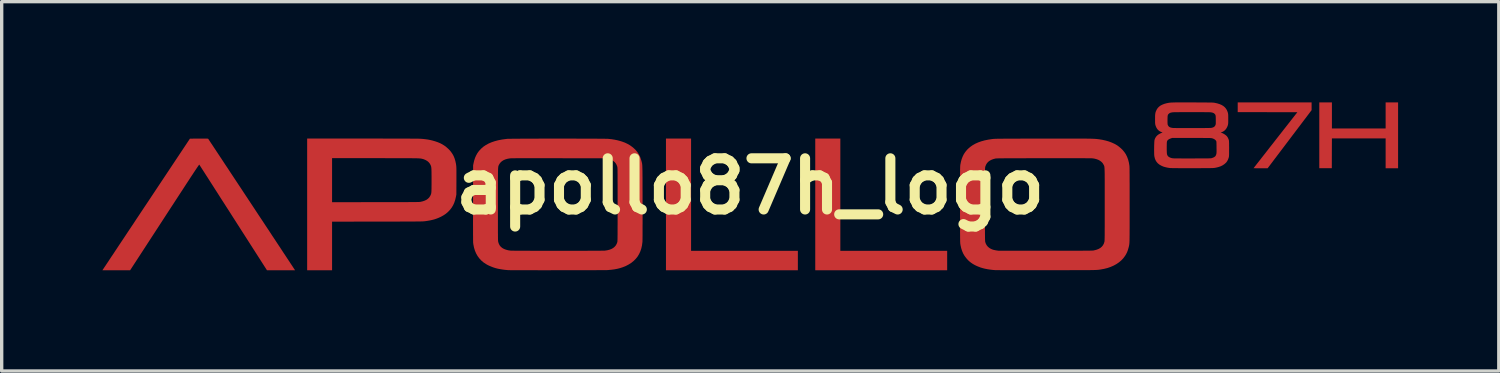
<source format=kicad_pcb>
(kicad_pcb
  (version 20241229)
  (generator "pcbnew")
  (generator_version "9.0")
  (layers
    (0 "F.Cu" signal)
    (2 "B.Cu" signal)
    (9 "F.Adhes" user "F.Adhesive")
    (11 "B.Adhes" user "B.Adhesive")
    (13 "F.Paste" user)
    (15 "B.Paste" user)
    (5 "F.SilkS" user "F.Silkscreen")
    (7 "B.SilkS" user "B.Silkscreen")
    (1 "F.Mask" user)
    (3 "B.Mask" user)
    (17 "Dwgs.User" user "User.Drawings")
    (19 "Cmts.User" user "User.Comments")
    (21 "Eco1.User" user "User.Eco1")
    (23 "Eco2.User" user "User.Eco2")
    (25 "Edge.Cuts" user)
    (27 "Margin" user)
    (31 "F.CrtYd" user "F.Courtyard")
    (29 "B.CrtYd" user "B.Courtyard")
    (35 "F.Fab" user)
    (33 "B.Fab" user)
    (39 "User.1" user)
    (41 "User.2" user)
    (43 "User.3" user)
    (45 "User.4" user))
  (footprint "apollo87h_logo"
    (layer "F.Cu")
    (at 19.297 2.5)
    (property "Reference" "apollo87h_logo" (at 0 0 0) (layer "F.SilkS") (effects (font (size 1.524 1.524) (thickness 0.3))))
    (attr through_hole)
    (pad "1" smd custom (at -16.4 -1) (size 0.5 0.5) (layers "F.Cu" "F.Mask") (options (anchor circle)) (primitives (gr_poly (pts (xy 0.163 -0.422) (xy 0.19 -0.422) (xy 0.211 -0.421) (xy 0.227 -0.421) (xy 0.238 -0.42) (xy 0.246 -0.419) (xy 0.251 -0.417) (xy 0.254 -0.416) (xy 0.255 -0.414) (xy 0.258 -0.41) (xy 0.267 -0.397) (xy 0.281 -0.376) (xy 0.299 -0.348) (xy 0.322 -0.313) (xy 0.35 -0.271) (xy 0.383 -0.222) (xy 0.419 -0.167) (xy 0.459 -0.107) (xy 0.503 -0.04) (xy 0.55 0.031) (xy 0.601 0.108) (xy 0.655 0.189) (xy 0.711 0.274) (xy 0.77 0.364) (xy 0.832 0.456) (xy 0.895 0.553) (xy 0.961 0.652) (xy 1.028 0.754) (xy 1.097 0.858) (xy 1.167 0.964) (xy 1.239 1.072) (xy 1.311 1.182) (xy 1.384 1.292) (xy 1.457 1.403) (xy 1.531 1.514) (xy 1.605 1.626) (xy 1.678 1.737) (xy 1.751 1.848) (xy 1.824 1.958) (xy 1.896 2.066) (xy 1.966 2.173) (xy 2.036 2.278) (xy 2.104 2.381) (xy 2.17 2.482) (xy 2.235 2.579) (xy 2.297 2.674) (xy 2.357 2.765) (xy 2.415 2.852) (xy 2.469 2.935) (xy 2.521 3.014) (xy 2.57 3.087) (xy 2.615 3.156) (xy 2.657 3.219) (xy 2.695 3.277) (xy 2.729 3.328) (xy 2.759 3.373) (xy 2.784 3.412) (xy 2.805 3.443) (xy 2.82 3.467) (xy 2.831 3.483) (xy 2.833 3.486) (xy 2.842 3.5) (xy 2.424 3.5) (xy 2.005 3.5) (xy 1 1.931) (xy 0.927 1.816) (xy 0.854 1.702) (xy 0.783 1.592) (xy 0.714 1.484) (xy 0.646 1.379) (xy 0.581 1.277) (xy 0.519 1.179) (xy 0.458 1.085) (xy 0.401 0.995) (xy 0.346 0.91) (xy 0.295 0.83) (xy 0.247 0.754) (xy 0.202 0.685) (xy 0.161 0.621) (xy 0.124 0.563) (xy 0.091 0.512) (xy 0.062 0.467) (xy 0.038 0.429) (xy 0.018 0.399) (xy 0.004 0.376) (xy -0.006 0.361) (xy -0.011 0.354) (xy -0.011 0.353) (xy -0.012 0.353) (xy -0.014 0.355) (xy -0.017 0.358) (xy -0.022 0.364) (xy -0.028 0.372) (xy -0.035 0.383) (xy -0.045 0.396) (xy -0.056 0.413) (xy -0.07 0.433) (xy -0.086 0.456) (xy -0.104 0.484) (xy -0.125 0.515) (xy -0.149 0.551) (xy -0.176 0.591) (xy -0.205 0.637) (xy -0.239 0.687) (xy -0.275 0.742) (xy -0.315 0.804) (xy -0.359 0.871) (xy -0.407 0.944) (xy -0.458 1.023) (xy -0.514 1.109) (xy -0.575 1.202) (xy -0.64 1.302) (xy -0.71 1.409) (xy -0.784 1.523) (xy -0.864 1.645) (xy -0.949 1.776) (xy -1.039 1.914) (xy -1.044 1.922) (xy -2.071 3.5) (xy -2.484 3.5) (xy -2.897 3.5) (xy -2.883 3.479) (xy -2.879 3.473) (xy -2.87 3.459) (xy -2.855 3.438) (xy -2.836 3.408) (xy -2.811 3.372) (xy -2.782 3.328) (xy -2.748 3.277) (xy -2.71 3.22) (xy -2.668 3.156) (xy -2.622 3.086) (xy -2.571 3.011) (xy -2.518 2.93) (xy -2.46 2.843) (xy -2.4 2.752) (xy -2.336 2.656) (xy -2.269 2.556) (xy -2.2 2.452) (xy -2.128 2.343) (xy -2.053 2.231) (xy -1.976 2.116) (xy -1.898 1.997) (xy -1.817 1.876) (xy -1.735 1.752) (xy -1.651 1.626) (xy -1.579 1.518) (xy -0.29 -0.42) (xy -0.021 -0.422) (xy 0.038 -0.422) (xy 0.088 -0.422) (xy 0.13 -0.422)) (width 0) (fill yes))))
    (pad "1" smd custom (at -12.8 -1) (size 0.5 0.5) (layers "F.Cu" "F.Mask") (options (anchor circle)) (primitives (gr_poly (pts (xy 1.237 -0.423) (xy 1.389 -0.423) (xy 1.535 -0.423) (xy 1.676 -0.423) (xy 1.812 -0.423) (xy 1.941 -0.422) (xy 2.063 -0.422) (xy 2.179 -0.422) (xy 2.288 -0.422) (xy 2.39 -0.422) (xy 2.485 -0.421) (xy 2.571 -0.421) (xy 2.65 -0.421) (xy 2.721 -0.42) (xy 2.783 -0.42) (xy 2.836 -0.42) (xy 2.881 -0.419) (xy 2.915 -0.419) (xy 2.941 -0.418) (xy 2.956 -0.418) (xy 2.959 -0.418) (xy 3.046 -0.412) (xy 3.126 -0.403) (xy 3.2 -0.393) (xy 3.27 -0.379) (xy 3.33 -0.365) (xy 3.417 -0.34) (xy 3.495 -0.313) (xy 3.566 -0.283) (xy 3.631 -0.249) (xy 3.691 -0.211) (xy 3.748 -0.168) (xy 3.803 -0.119) (xy 3.823 -0.1) (xy 3.876 -0.041) (xy 3.922 0.023) (xy 3.961 0.091) (xy 3.992 0.165) (xy 4.016 0.246) (xy 4.035 0.333) (xy 4.041 0.379) (xy 4.043 0.392) (xy 4.044 0.406) (xy 4.045 0.423) (xy 4.046 0.441) (xy 4.047 0.463) (xy 4.047 0.49) (xy 4.048 0.521) (xy 4.048 0.558) (xy 4.048 0.601) (xy 4.048 0.651) (xy 4.048 0.709) (xy 4.048 0.776) (xy 4.048 0.845) (xy 4.046 1.246) (xy 4.032 1.316) (xy 4.011 1.405) (xy 3.984 1.486) (xy 3.951 1.56) (xy 3.911 1.628) (xy 3.864 1.691) (xy 3.835 1.723) (xy 3.784 1.774) (xy 3.731 1.818) (xy 3.674 1.857) (xy 3.609 1.894) (xy 3.574 1.912) (xy 3.515 1.939) (xy 3.456 1.962) (xy 3.397 1.982) (xy 3.334 1.999) (xy 3.266 2.014) (xy 3.193 2.027) (xy 3.11 2.039) (xy 3.098 2.04) (xy 3.091 2.041) (xy 3.082 2.042) (xy 3.072 2.043) (xy 3.06 2.043) (xy 3.046 2.044) (xy 3.029 2.045) (xy 3.01 2.045) (xy 2.987 2.046) (xy 2.96 2.046) (xy 2.93 2.047) (xy 2.895 2.047) (xy 2.855 2.047) (xy 2.811 2.048) (xy 2.76 2.048) (xy 2.704 2.048) (xy 2.642 2.049) (xy 2.572 2.049) (xy 2.496 2.049) (xy 2.413 2.049) (xy 2.321 2.05) (xy 2.222 2.05) (xy 2.113 2.05) (xy 1.996 2.05) (xy 1.87 2.05) (xy 1.734 2.05) (xy 1.687 2.051) (xy 0.344 2.052) (xy 0.344 3.5) (xy -0.398 3.5) (xy -0.398 1.473) (xy 0.344 1.473) (xy 1.639 1.471) (xy 1.774 1.471) (xy 1.9 1.471) (xy 2.017 1.471) (xy 2.125 1.471) (xy 2.224 1.471) (xy 2.314 1.47) (xy 2.397 1.47) (xy 2.473 1.47) (xy 2.541 1.47) (xy 2.602 1.47) (xy 2.657 1.469) (xy 2.707 1.469) (xy 2.75 1.469) (xy 2.788 1.469) (xy 2.822 1.468) (xy 2.851 1.468) (xy 2.876 1.467) (xy 2.897 1.467) (xy 2.915 1.466) (xy 2.93 1.466) (xy 2.943 1.465) (xy 2.953 1.464) (xy 2.962 1.464) (xy 2.969 1.463) (xy 2.975 1.462) (xy 2.981 1.461) (xy 2.982 1.461) (xy 3.049 1.445) (xy 3.108 1.424) (xy 3.159 1.399) (xy 3.201 1.368) (xy 3.236 1.333) (xy 3.264 1.291) (xy 3.271 1.278) (xy 3.278 1.265) (xy 3.283 1.253) (xy 3.288 1.241) (xy 3.292 1.228) (xy 3.296 1.214) (xy 3.299 1.199) (xy 3.301 1.18) (xy 3.303 1.158) (xy 3.304 1.131) (xy 3.305 1.099) (xy 3.306 1.061) (xy 3.306 1.016) (xy 3.307 0.964) (xy 3.307 0.903) (xy 3.307 0.833) (xy 3.307 0.818) (xy 3.307 0.746) (xy 3.307 0.683) (xy 3.306 0.628) (xy 3.306 0.581) (xy 3.305 0.542) (xy 3.304 0.508) (xy 3.303 0.48) (xy 3.301 0.457) (xy 3.299 0.437) (xy 3.297 0.42) (xy 3.293 0.406) (xy 3.289 0.393) (xy 3.285 0.381) (xy 3.279 0.368) (xy 3.273 0.355) (xy 3.273 0.355) (xy 3.248 0.313) (xy 3.214 0.275) (xy 3.173 0.242) (xy 3.125 0.215) (xy 3.073 0.193) (xy 3.053 0.187) (xy 3.043 0.185) (xy 3.034 0.182) (xy 3.026 0.18) (xy 3.017 0.178) (xy 3.008 0.176) (xy 2.998 0.174) (xy 2.987 0.172) (xy 2.974 0.171) (xy 2.959 0.17) (xy 2.942 0.168) (xy 2.922 0.167) (xy 2.899 0.166) (xy 2.873 0.165) (xy 2.843 0.165) (xy 2.808 0.164) (xy 2.768 0.164) (xy 2.724 0.163) (xy 2.674 0.163) (xy 2.618 0.162) (xy 2.556 0.162) (xy 2.487 0.162) (xy 2.412 0.162) (xy 2.329 0.162) (xy 2.238 0.162) (xy 2.139 0.162) (xy 2.031 0.162) (xy 1.915 0.161) (xy 1.653 0.161) (xy 1.628 0.161) (xy 0.344 0.161) (xy 0.344 1.473) (xy -0.398 1.473) (xy -0.398 -0.423)) (width 0) (fill yes))))
    (pad "1" smd custom (at -7.9 0.5) (size 0.5 0.5) (layers "F.Cu" "F.Mask") (options (anchor circle)) (primitives (gr_poly (pts (xy 2.266 -1.921) (xy 2.375 -1.921) (xy 2.483 -1.921) (xy 2.589 -1.921) (xy 2.693 -1.921) (xy 2.795 -1.92) (xy 2.893 -1.92) (xy 2.989 -1.92) (xy 3.08 -1.92) (xy 3.167 -1.919) (xy 3.248 -1.919) (xy 3.324 -1.919) (xy 3.395 -1.918) (xy 3.458 -1.918) (xy 3.515 -1.917) (xy 3.564 -1.917) (xy 3.604 -1.916) (xy 3.637 -1.915) (xy 3.66 -1.915) (xy 3.674 -1.914) (xy 3.674 -1.914) (xy 3.768 -1.904) (xy 3.855 -1.89) (xy 3.938 -1.873) (xy 4.018 -1.852) (xy 4.077 -1.834) (xy 4.165 -1.802) (xy 4.245 -1.764) (xy 4.318 -1.722) (xy 4.386 -1.673) (xy 4.427 -1.639) (xy 4.486 -1.582) (xy 4.537 -1.521) (xy 4.58 -1.455) (xy 4.616 -1.384) (xy 4.644 -1.306) (xy 4.657 -1.261) (xy 4.661 -1.248) (xy 4.664 -1.235) (xy 4.668 -1.224) (xy 4.67 -1.213) (xy 4.673 -1.202) (xy 4.675 -1.191) (xy 4.678 -1.179) (xy 4.679 -1.166) (xy 4.681 -1.151) (xy 4.683 -1.134) (xy 4.684 -1.114) (xy 4.685 -1.091) (xy 4.686 -1.065) (xy 4.687 -1.036) (xy 4.688 -1.001) (xy 4.689 -0.963) (xy 4.689 -0.919) (xy 4.69 -0.869) (xy 4.69 -0.814) (xy 4.691 -0.752) (xy 4.691 -0.683) (xy 4.691 -0.607) (xy 4.691 -0.524) (xy 4.691 -0.432) (xy 4.692 -0.332) (xy 4.692 -0.223) (xy 4.692 -0.104) (xy 4.692 -0.002) (xy 4.692 0.138) (xy 4.692 0.268) (xy 4.693 0.389) (xy 4.693 0.499) (xy 4.693 0.601) (xy 4.692 0.693) (xy 4.692 0.777) (xy 4.692 0.851) (xy 4.692 0.918) (xy 4.692 0.976) (xy 4.691 1.025) (xy 4.691 1.067) (xy 4.69 1.102) (xy 4.69 1.129) (xy 4.689 1.148) (xy 4.688 1.161) (xy 4.688 1.162) (xy 4.675 1.26) (xy 4.654 1.353) (xy 4.625 1.439) (xy 4.588 1.519) (xy 4.543 1.593) (xy 4.489 1.66) (xy 4.427 1.722) (xy 4.358 1.778) (xy 4.279 1.828) (xy 4.193 1.873) (xy 4.165 1.885) (xy 4.092 1.913) (xy 4.017 1.937) (xy 3.937 1.957) (xy 3.851 1.973) (xy 3.759 1.985) (xy 3.658 1.994) (xy 3.646 1.995) (xy 3.636 1.995) (xy 3.617 1.996) (xy 3.588 1.996) (xy 3.551 1.996) (xy 3.505 1.997) (xy 3.452 1.997) (xy 3.392 1.997) (xy 3.325 1.997) (xy 3.252 1.998) (xy 3.173 1.998) (xy 3.089 1.998) (xy 3.001 1.998) (xy 2.908 1.999) (xy 2.812 1.999) (xy 2.713 1.999) (xy 2.611 1.999) (xy 2.507 1.999) (xy 2.402 1.999) (xy 2.295 1.999) (xy 2.188 1.999) (xy 2.081 1.999) (xy 1.975 1.999) (xy 1.869 2) (xy 1.765 2) (xy 1.662 2) (xy 1.562 1.999) (xy 1.466 1.999) (xy 1.372 1.999) (xy 1.283 1.999) (xy 1.198 1.999) (xy 1.118 1.999) (xy 1.044 1.999) (xy 0.975 1.999) (xy 0.913 1.998) (xy 0.858 1.998) (xy 0.811 1.998) (xy 0.772 1.998) (xy 0.741 1.997) (xy 0.719 1.997) (xy 0.707 1.997) (xy 0.706 1.997) (xy 0.641 1.992) (xy 0.573 1.985) (xy 0.503 1.975) (xy 0.437 1.964) (xy 0.376 1.952) (xy 0.356 1.947) (xy 0.299 1.932) (xy 0.239 1.912) (xy 0.178 1.888) (xy 0.119 1.863) (xy 0.065 1.836) (xy 0.027 1.814) (xy -0.048 1.764) (xy -0.114 1.707) (xy -0.172 1.644) (xy -0.223 1.574) (xy -0.266 1.498) (xy -0.301 1.415) (xy -0.328 1.327) (xy -0.347 1.232) (xy -0.353 1.187) (xy -0.354 1.177) (xy -0.355 1.159) (xy -0.355 1.134) (xy -0.356 1.101) (xy -0.356 1.059) (xy -0.356 1.009) (xy -0.357 0.951) (xy -0.357 0.884) (xy -0.357 0.808) (xy -0.357 0.724) (xy -0.358 0.63) (xy -0.358 0.527) (xy -0.357 0.414) (xy -0.357 0.292) (xy -0.357 0.278) (xy 0.384 0.278) (xy 0.384 0.383) (xy 0.384 0.478) (xy 0.384 0.565) (xy 0.384 0.643) (xy 0.384 0.714) (xy 0.384 0.778) (xy 0.384 0.835) (xy 0.384 0.886) (xy 0.385 0.93) (xy 0.385 0.969) (xy 0.385 1.003) (xy 0.386 1.032) (xy 0.386 1.057) (xy 0.386 1.078) (xy 0.387 1.096) (xy 0.388 1.11) (xy 0.388 1.122) (xy 0.389 1.131) (xy 0.39 1.139) (xy 0.391 1.145) (xy 0.392 1.151) (xy 0.393 1.156) (xy 0.394 1.16) (xy 0.412 1.213) (xy 0.436 1.259) (xy 0.468 1.298) (xy 0.508 1.332) (xy 0.515 1.337) (xy 0.565 1.365) (xy 0.623 1.387) (xy 0.687 1.404) (xy 0.757 1.415) (xy 0.764 1.415) (xy 0.774 1.416) (xy 0.794 1.416) (xy 0.823 1.417) (xy 0.86 1.417) (xy 0.906 1.418) (xy 0.959 1.418) (xy 1.02 1.418) (xy 1.086 1.419) (xy 1.159 1.419) (xy 1.237 1.419) (xy 1.321 1.419) (xy 1.408 1.42) (xy 1.5 1.42) (xy 1.595 1.42) (xy 1.693 1.42) (xy 1.793 1.42) (xy 1.895 1.42) (xy 1.999 1.42) (xy 2.103 1.42) (xy 2.208 1.42) (xy 2.312 1.42) (xy 2.416 1.42) (xy 2.518 1.42) (xy 2.619 1.42) (xy 2.717 1.42) (xy 2.813 1.42) (xy 2.905 1.42) (xy 2.993 1.42) (xy 3.077 1.419) (xy 3.156 1.419) (xy 3.23 1.419) (xy 3.298 1.419) (xy 3.359 1.418) (xy 3.413 1.418) (xy 3.46 1.417) (xy 3.499 1.417) (xy 3.529 1.417) (xy 3.55 1.416) (xy 3.562 1.416) (xy 3.563 1.416) (xy 3.638 1.405) (xy 3.706 1.388) (xy 3.765 1.366) (xy 3.816 1.337) (xy 3.859 1.302) (xy 3.894 1.261) (xy 3.921 1.214) (xy 3.94 1.162) (xy 3.941 1.158) (xy 3.942 1.153) (xy 3.943 1.147) (xy 3.943 1.139) (xy 3.944 1.129) (xy 3.945 1.117) (xy 3.945 1.102) (xy 3.946 1.084) (xy 3.946 1.062) (xy 3.947 1.036) (xy 3.947 1.005) (xy 3.947 0.97) (xy 3.948 0.929) (xy 3.948 0.883) (xy 3.948 0.83) (xy 3.948 0.771) (xy 3.948 0.705) (xy 3.949 0.632) (xy 3.949 0.551) (xy 3.949 0.462) (xy 3.949 0.364) (xy 3.949 0.257) (xy 3.949 0.14) (xy 3.949 0.039) (xy 3.949 -0.085) (xy 3.949 -0.2) (xy 3.949 -0.305) (xy 3.949 -0.401) (xy 3.949 -0.489) (xy 3.949 -0.568) (xy 3.948 -0.64) (xy 3.948 -0.705) (xy 3.948 -0.762) (xy 3.948 -0.813) (xy 3.948 -0.859) (xy 3.947 -0.898) (xy 3.947 -0.933) (xy 3.947 -0.962) (xy 3.946 -0.987) (xy 3.946 -1.008) (xy 3.945 -1.026) (xy 3.945 -1.04) (xy 3.944 -1.052) (xy 3.943 -1.061) (xy 3.942 -1.069) (xy 3.942 -1.075) (xy 3.941 -1.08) (xy 3.94 -1.084) (xy 3.939 -1.084) (xy 3.92 -1.137) (xy 3.894 -1.183) (xy 3.861 -1.222) (xy 3.819 -1.256) (xy 3.77 -1.285) (xy 3.712 -1.308) (xy 3.653 -1.324) (xy 3.603 -1.336) (xy 2.198 -1.337) (xy 2.045 -1.338) (xy 1.902 -1.338) (xy 1.769 -1.338) (xy 1.645 -1.338) (xy 1.53 -1.338) (xy 1.425 -1.338) (xy 1.327 -1.338) (xy 1.239 -1.338) (xy 1.158 -1.338) (xy 1.086 -1.337) (xy 1.021 -1.337) (xy 0.964 -1.337) (xy 0.913 -1.337) (xy 0.87 -1.336) (xy 0.834 -1.336) (xy 0.804 -1.335) (xy 0.78 -1.335) (xy 0.762 -1.334) (xy 0.75 -1.334) (xy 0.744 -1.333) (xy 0.672 -1.321) (xy 0.608 -1.303) (xy 0.552 -1.279) (xy 0.504 -1.249) (xy 0.464 -1.213) (xy 0.432 -1.172) (xy 0.419 -1.148) (xy 0.415 -1.141) (xy 0.411 -1.134) (xy 0.408 -1.127) (xy 0.405 -1.121) (xy 0.402 -1.114) (xy 0.4 -1.106) (xy 0.397 -1.098) (xy 0.395 -1.087) (xy 0.393 -1.075) (xy 0.392 -1.06) (xy 0.39 -1.042) (xy 0.389 -1.021) (xy 0.388 -0.996) (xy 0.387 -0.967) (xy 0.386 -0.933) (xy 0.386 -0.895) (xy 0.385 -0.851) (xy 0.385 -0.801) (xy 0.384 -0.745) (xy 0.384 -0.683) (xy 0.384 -0.613) (xy 0.384 -0.536) (xy 0.384 -0.452) (xy 0.384 -0.359) (xy 0.384 -0.257) (xy 0.384 -0.146) (xy 0.384 -0.025) (xy 0.384 0.042) (xy 0.384 0.165) (xy 0.384 0.278) (xy -0.357 0.278) (xy -0.357 0.16) (xy -0.357 0.018) (xy -0.357 0.008) (xy -0.355 -1.123) (xy -0.344 -1.178) (xy -0.324 -1.265) (xy -0.299 -1.343) (xy -0.268 -1.415) (xy -0.231 -1.482) (xy -0.187 -1.544) (xy -0.175 -1.559) (xy -0.117 -1.621) (xy -0.052 -1.678) (xy 0.022 -1.728) (xy 0.103 -1.773) (xy 0.193 -1.812) (xy 0.29 -1.845) (xy 0.396 -1.873) (xy 0.511 -1.895) (xy 0.633 -1.911) (xy 0.656 -1.914) (xy 0.668 -1.915) (xy 0.69 -1.915) (xy 0.721 -1.916) (xy 0.76 -1.916) (xy 0.808 -1.917) (xy 0.863 -1.917) (xy 0.926 -1.918) (xy 0.995 -1.918) (xy 1.07 -1.919) (xy 1.151 -1.919) (xy 1.237 -1.92) (xy 1.328 -1.92) (xy 1.423 -1.92) (xy 1.521 -1.92) (xy 1.622 -1.921) (xy 1.726 -1.921) (xy 1.832 -1.921) (xy 1.939 -1.921) (xy 2.048 -1.921) (xy 2.157 -1.921)) (width 0) (fill yes))))
    (pad "1" smd custom (at -2.1 0.5) (size 0.5 0.5) (layers "F.Cu" "F.Mask") (options (anchor circle)) (primitives (gr_poly (pts (xy 0.337 1.421) (xy 3.518 1.421) (xy 3.518 2) (xy -0.411 2) (xy -0.411 -1.923) (xy 0.337 -1.923)) (width 0) (fill yes))))
    (pad "1" smd custom (at 2.4 0.5) (size 0.5 0.5) (layers "F.Cu" "F.Mask") (options (anchor circle)) (primitives (gr_poly (pts (xy 0.283 1.421) (xy 3.465 1.421) (xy 3.465 2) (xy -0.464 2) (xy -0.464 -1.923) (xy 0.283 -1.923)) (width 0) (fill yes))))
    (pad "1" smd custom (at 6.6 0.5) (size 0.5 0.5) (layers "F.Cu" "F.Mask") (options (anchor circle)) (primitives (gr_poly (pts (xy 2.939 -1.922) (xy 3.026 -1.922) (xy 3.106 -1.922) (xy 3.18 -1.922) (xy 3.246 -1.922) (xy 3.307 -1.921) (xy 3.362 -1.921) (xy 3.412 -1.921) (xy 3.458 -1.92) (xy 3.498 -1.919) (xy 3.535 -1.919) (xy 3.567 -1.918) (xy 3.597 -1.917) (xy 3.623 -1.916) (xy 3.647 -1.915) (xy 3.669 -1.914) (xy 3.689 -1.912) (xy 3.707 -1.911) (xy 3.724 -1.909) (xy 3.741 -1.907) (xy 3.757 -1.905) (xy 3.773 -1.903) (xy 3.781 -1.903) (xy 3.884 -1.886) (xy 3.983 -1.864) (xy 4.078 -1.837) (xy 4.166 -1.804) (xy 4.247 -1.767) (xy 4.32 -1.726) (xy 4.325 -1.723) (xy 4.359 -1.699) (xy 4.396 -1.67) (xy 4.435 -1.637) (xy 4.472 -1.602) (xy 4.493 -1.581) (xy 4.544 -1.519) (xy 4.589 -1.451) (xy 4.626 -1.375) (xy 4.656 -1.293) (xy 4.679 -1.203) (xy 4.693 -1.115) (xy 4.694 -1.107) (xy 4.695 -1.096) (xy 4.695 -1.081) (xy 4.696 -1.061) (xy 4.697 -1.038) (xy 4.697 -1.01) (xy 4.698 -0.976) (xy 4.698 -0.937) (xy 4.698 -0.893) (xy 4.699 -0.842) (xy 4.699 -0.784) (xy 4.699 -0.719) (xy 4.699 -0.647) (xy 4.7 -0.568) (xy 4.7 -0.48) (xy 4.7 -0.384) (xy 4.7 -0.279) (xy 4.7 -0.165) (xy 4.7 -0.041) (xy 4.7 0.046) (xy 4.7 0.174) (xy 4.7 0.291) (xy 4.7 0.399) (xy 4.7 0.499) (xy 4.7 0.59) (xy 4.7 0.673) (xy 4.7 0.748) (xy 4.699 0.816) (xy 4.699 0.877) (xy 4.699 0.932) (xy 4.698 0.982) (xy 4.698 1.025) (xy 4.697 1.064) (xy 4.697 1.098) (xy 4.696 1.128) (xy 4.695 1.154) (xy 4.694 1.176) (xy 4.692 1.196) (xy 4.691 1.214) (xy 4.689 1.229) (xy 4.687 1.243) (xy 4.685 1.255) (xy 4.683 1.267) (xy 4.68 1.278) (xy 4.678 1.29) (xy 4.675 1.302) (xy 4.672 1.314) (xy 4.669 1.323) (xy 4.648 1.398) (xy 4.622 1.467) (xy 4.589 1.531) (xy 4.56 1.577) (xy 4.509 1.645) (xy 4.449 1.708) (xy 4.381 1.765) (xy 4.306 1.816) (xy 4.224 1.861) (xy 4.135 1.9) (xy 4.04 1.933) (xy 3.939 1.958) (xy 3.879 1.969) (xy 3.863 1.972) (xy 3.849 1.975) (xy 3.835 1.977) (xy 3.822 1.979) (xy 3.81 1.981) (xy 3.797 1.983) (xy 3.783 1.985) (xy 3.768 1.986) (xy 3.753 1.988) (xy 3.735 1.989) (xy 3.716 1.99) (xy 3.694 1.991) (xy 3.669 1.992) (xy 3.641 1.993) (xy 3.609 1.994) (xy 3.574 1.994) (xy 3.534 1.995) (xy 3.49 1.996) (xy 3.44 1.996) (xy 3.385 1.996) (xy 3.324 1.997) (xy 3.258 1.997) (xy 3.184 1.997) (xy 3.104 1.997) (xy 3.016 1.997) (xy 2.921 1.997) (xy 2.818 1.998) (xy 2.706 1.998) (xy 2.585 1.998) (xy 2.456 1.998) (xy 2.317 1.998) (xy 2.212 1.998) (xy 2.09 1.998) (xy 1.971 1.998) (xy 1.855 1.998) (xy 1.742 1.998) (xy 1.632 1.998) (xy 1.527 1.998) (xy 1.426 1.998) (xy 1.33 1.998) (xy 1.24 1.998) (xy 1.155 1.998) (xy 1.076 1.998) (xy 1.005 1.998) (xy 0.94 1.998) (xy 0.882 1.998) (xy 0.832 1.997) (xy 0.791 1.997) (xy 0.758 1.997) (xy 0.734 1.997) (xy 0.72 1.997) (xy 0.716 1.997) (xy 0.633 1.991) (xy 0.55 1.981) (xy 0.469 1.969) (xy 0.392 1.954) (xy 0.321 1.936) (xy 0.258 1.917) (xy 0.245 1.912) (xy 0.166 1.881) (xy 0.095 1.848) (xy 0.031 1.812) (xy -0.027 1.773) (xy -0.08 1.73) (xy -0.116 1.696) (xy -0.171 1.634) (xy -0.219 1.569) (xy -0.259 1.499) (xy -0.291 1.424) (xy -0.317 1.342) (xy -0.337 1.254) (xy -0.345 1.2) (xy -0.346 1.192) (xy -0.346 1.181) (xy -0.347 1.167) (xy -0.348 1.149) (xy -0.348 1.126) (xy -0.349 1.098) (xy -0.349 1.066) (xy -0.35 1.028) (xy -0.35 0.984) (xy -0.35 0.935) (xy -0.351 0.878) (xy -0.351 0.815) (xy -0.351 0.744) (xy -0.351 0.666) (xy -0.351 0.58) (xy -0.351 0.486) (xy -0.352 0.382) (xy -0.352 0.27) (xy -0.352 0.148) (xy -0.352 0.039) (xy 0.39 0.039) (xy 0.39 0.163) (xy 0.39 0.277) (xy 0.39 0.382) (xy 0.39 0.478) (xy 0.39 0.566) (xy 0.391 0.645) (xy 0.391 0.717) (xy 0.391 0.781) (xy 0.391 0.839) (xy 0.391 0.89) (xy 0.391 0.935) (xy 0.392 0.975) (xy 0.392 1.009) (xy 0.392 1.039) (xy 0.393 1.064) (xy 0.393 1.085) (xy 0.394 1.102) (xy 0.395 1.117) (xy 0.395 1.128) (xy 0.396 1.138) (xy 0.397 1.145) (xy 0.398 1.151) (xy 0.399 1.156) (xy 0.399 1.158) (xy 0.418 1.212) (xy 0.445 1.259) (xy 0.48 1.301) (xy 0.523 1.336) (xy 0.573 1.365) (xy 0.631 1.388) (xy 0.663 1.396) (xy 0.702 1.404) (xy 0.742 1.411) (xy 0.781 1.416) (xy 0.794 1.418) (xy 0.801 1.418) (xy 0.818 1.418) (xy 0.844 1.418) (xy 0.879 1.418) (xy 0.922 1.418) (xy 0.974 1.418) (xy 1.033 1.418) (xy 1.099 1.419) (xy 1.173 1.419) (xy 1.252 1.419) (xy 1.337 1.419) (xy 1.428 1.419) (xy 1.524 1.419) (xy 1.625 1.419) (xy 1.73 1.419) (xy 1.839 1.419) (xy 1.951 1.419) (xy 2.067 1.419) (xy 2.184 1.419) (xy 2.2 1.419) (xy 2.34 1.419) (xy 2.471 1.419) (xy 2.593 1.419) (xy 2.705 1.419) (xy 2.809 1.418) (xy 2.904 1.418) (xy 2.992 1.418) (xy 3.071 1.418) (xy 3.144 1.418) (xy 3.21 1.418) (xy 3.269 1.418) (xy 3.322 1.417) (xy 3.369 1.417) (xy 3.411 1.417) (xy 3.448 1.416) (xy 3.48 1.416) (xy 3.508 1.416) (xy 3.532 1.415) (xy 3.553 1.415) (xy 3.57 1.414) (xy 3.584 1.414) (xy 3.596 1.413) (xy 3.606 1.412) (xy 3.614 1.412) (xy 3.621 1.411) (xy 3.626 1.41) (xy 3.629 1.409) (xy 3.657 1.403) (xy 3.689 1.395) (xy 3.717 1.387) (xy 3.721 1.386) (xy 3.779 1.363) (xy 3.829 1.334) (xy 3.871 1.298) (xy 3.905 1.256) (xy 3.931 1.208) (xy 3.948 1.154) (xy 3.949 1.153) (xy 3.95 1.148) (xy 3.951 1.143) (xy 3.952 1.136) (xy 3.952 1.128) (xy 3.953 1.118) (xy 3.954 1.106) (xy 3.954 1.092) (xy 3.955 1.074) (xy 3.955 1.052) (xy 3.956 1.027) (xy 3.956 0.997) (xy 3.957 0.963) (xy 3.957 0.923) (xy 3.957 0.878) (xy 3.957 0.826) (xy 3.957 0.769) (xy 3.958 0.704) (xy 3.958 0.632) (xy 3.958 0.553) (xy 3.958 0.465) (xy 3.958 0.369) (xy 3.958 0.263) (xy 3.958 0.149) (xy 3.958 0.036) (xy 3.958 -0.089) (xy 3.958 -0.205) (xy 3.958 -0.311) (xy 3.958 -0.408) (xy 3.958 -0.497) (xy 3.958 -0.578) (xy 3.958 -0.651) (xy 3.958 -0.716) (xy 3.957 -0.775) (xy 3.957 -0.828) (xy 3.957 -0.874) (xy 3.956 -0.915) (xy 3.955 -0.951) (xy 3.954 -0.982) (xy 3.953 -1.009) (xy 3.952 -1.032) (xy 3.951 -1.051) (xy 3.949 -1.067) (xy 3.948 -1.081) (xy 3.946 -1.092) (xy 3.943 -1.102) (xy 3.941 -1.11) (xy 3.938 -1.117) (xy 3.935 -1.123) (xy 3.932 -1.13) (xy 3.928 -1.136) (xy 3.924 -1.143) (xy 3.921 -1.15) (xy 3.895 -1.193) (xy 3.859 -1.23) (xy 3.816 -1.263) (xy 3.765 -1.29) (xy 3.707 -1.311) (xy 3.643 -1.327) (xy 3.595 -1.333) (xy 3.586 -1.334) (xy 3.57 -1.335) (xy 3.546 -1.335) (xy 3.514 -1.336) (xy 3.475 -1.336) (xy 3.428 -1.336) (xy 3.373 -1.337) (xy 3.31 -1.337) (xy 3.238 -1.337) (xy 3.157 -1.337) (xy 3.068 -1.338) (xy 2.97 -1.338) (xy 2.863 -1.338) (xy 2.747 -1.338) (xy 2.621 -1.338) (xy 2.485 -1.338) (xy 2.34 -1.337) (xy 2.185 -1.337) (xy 2.141 -1.337) (xy 1.999 -1.337) (xy 1.867 -1.337) (xy 1.744 -1.337) (xy 1.63 -1.337) (xy 1.525 -1.336) (xy 1.429 -1.336) (xy 1.34 -1.336) (xy 1.259 -1.336) (xy 1.186 -1.336) (xy 1.119 -1.335) (xy 1.059 -1.335) (xy 1.005 -1.335) (xy 0.957 -1.335) (xy 0.914 -1.334) (xy 0.877 -1.334) (xy 0.844 -1.334) (xy 0.816 -1.333) (xy 0.791 -1.333) (xy 0.771 -1.332) (xy 0.754 -1.332) (xy 0.739 -1.331) (xy 0.728 -1.33) (xy 0.718 -1.33) (xy 0.711 -1.329) (xy 0.705 -1.328) (xy 0.7 -1.327) (xy 0.698 -1.327) (xy 0.631 -1.309) (xy 0.574 -1.286) (xy 0.524 -1.258) (xy 0.483 -1.226) (xy 0.45 -1.188) (xy 0.423 -1.143) (xy 0.403 -1.093) (xy 0.399 -1.079) (xy 0.398 -1.075) (xy 0.397 -1.07) (xy 0.396 -1.064) (xy 0.396 -1.056) (xy 0.395 -1.046) (xy 0.394 -1.034) (xy 0.394 -1.019) (xy 0.393 -1) (xy 0.393 -0.978) (xy 0.392 -0.952) (xy 0.392 -0.921) (xy 0.392 -0.886) (xy 0.391 -0.845) (xy 0.391 -0.798) (xy 0.391 -0.745) (xy 0.391 -0.686) (xy 0.391 -0.619) (xy 0.391 -0.545) (xy 0.39 -0.464) (xy 0.39 -0.374) (xy 0.39 -0.275) (xy 0.39 -0.168) (xy 0.39 -0.051) (xy 0.39 0.039) (xy -0.352 0.039) (xy -0.352 0.034) (xy -0.352 -0.092) (xy -0.352 -0.208) (xy -0.352 -0.315) (xy -0.352 -0.413) (xy -0.352 -0.503) (xy -0.351 -0.584) (xy -0.351 -0.658) (xy -0.351 -0.724) (xy -0.351 -0.784) (xy -0.351 -0.837) (xy -0.351 -0.884) (xy -0.35 -0.925) (xy -0.35 -0.962) (xy -0.35 -0.994) (xy -0.349 -1.021) (xy -0.349 -1.044) (xy -0.348 -1.064) (xy -0.348 -1.081) (xy -0.347 -1.095) (xy -0.346 -1.107) (xy -0.345 -1.117) (xy -0.345 -1.126) (xy -0.344 -1.133) (xy -0.343 -1.14) (xy -0.343 -1.14) (xy -0.325 -1.231) (xy -0.302 -1.314) (xy -0.272 -1.391) (xy -0.237 -1.461) (xy -0.194 -1.525) (xy -0.144 -1.586) (xy -0.107 -1.623) (xy -0.044 -1.677) (xy 0.027 -1.727) (xy 0.104 -1.77) (xy 0.189 -1.808) (xy 0.282 -1.841) (xy 0.383 -1.869) (xy 0.492 -1.891) (xy 0.61 -1.909) (xy 0.634 -1.911) (xy 0.642 -1.912) (xy 0.652 -1.913) (xy 0.663 -1.914) (xy 0.676 -1.914) (xy 0.692 -1.915) (xy 0.71 -1.916) (xy 0.732 -1.916) (xy 0.757 -1.917) (xy 0.787 -1.917) (xy 0.82 -1.918) (xy 0.858 -1.918) (xy 0.901 -1.918) (xy 0.95 -1.919) (xy 1.004 -1.919) (xy 1.064 -1.919) (xy 1.131 -1.92) (xy 1.205 -1.92) (xy 1.286 -1.92) (xy 1.374 -1.92) (xy 1.47 -1.921) (xy 1.575 -1.921) (xy 1.688 -1.921) (xy 1.811 -1.921) (xy 1.943 -1.921) (xy 2.084 -1.922) (xy 2.098 -1.922) (xy 2.246 -1.922) (xy 2.383 -1.922) (xy 2.512 -1.922) (xy 2.631 -1.922) (xy 2.742 -1.922) (xy 2.845 -1.922)) (width 0) (fill yes))))
    (pad "1" smd custom (at 13.2 -1.6) (size 0.2 0.2) (layers "F.Cu" "F.Mask") (options (anchor circle)) (primitives (gr_poly (pts (xy -0.254 -0.9) (xy -0.174 -0.9) (xy -0.085 -0.899) (xy -0.01 -0.899) (xy 0.081 -0.899) (xy 0.162 -0.898) (xy 0.233 -0.898) (xy 0.297 -0.898) (xy 0.352 -0.898) (xy 0.401 -0.897) (xy 0.443 -0.897) (xy 0.479 -0.896) (xy 0.509 -0.896) (xy 0.535 -0.895) (xy 0.556 -0.895) (xy 0.574 -0.894) (xy 0.589 -0.893) (xy 0.601 -0.892) (xy 0.612 -0.891) (xy 0.621 -0.89) (xy 0.63 -0.888) (xy 0.638 -0.887) (xy 0.641 -0.886) (xy 0.716 -0.869) (xy 0.782 -0.848) (xy 0.84 -0.823) (xy 0.89 -0.793) (xy 0.931 -0.759) (xy 0.966 -0.719) (xy 0.994 -0.674) (xy 1.016 -0.622) (xy 1.026 -0.592) (xy 1.029 -0.58) (xy 1.031 -0.568) (xy 1.033 -0.555) (xy 1.035 -0.539) (xy 1.036 -0.52) (xy 1.036 -0.495) (xy 1.037 -0.463) (xy 1.037 -0.423) (xy 1.037 -0.407) (xy 1.037 -0.365) (xy 1.037 -0.33) (xy 1.036 -0.303) (xy 1.035 -0.282) (xy 1.034 -0.266) (xy 1.032 -0.252) (xy 1.03 -0.24) (xy 1.027 -0.228) (xy 1.026 -0.222) (xy 1.006 -0.169) (xy 0.98 -0.122) (xy 0.948 -0.081) (xy 0.91 -0.048) (xy 0.867 -0.023) (xy 0.843 -0.014) (xy 0.81 -0.003) (xy 0.832 0.004) (xy 0.866 0.017) (xy 0.903 0.036) (xy 0.938 0.058) (xy 0.97 0.082) (xy 0.996 0.107) (xy 1 0.112) (xy 1.026 0.151) (xy 1.046 0.197) (xy 1.054 0.221) (xy 1.056 0.231) (xy 1.058 0.241) (xy 1.059 0.254) (xy 1.06 0.27) (xy 1.061 0.29) (xy 1.062 0.315) (xy 1.062 0.346) (xy 1.062 0.385) (xy 1.063 0.432) (xy 1.063 0.479) (xy 1.062 0.533) (xy 1.062 0.578) (xy 1.062 0.614) (xy 1.062 0.644) (xy 1.061 0.668) (xy 1.06 0.686) (xy 1.059 0.701) (xy 1.058 0.714) (xy 1.056 0.724) (xy 1.054 0.734) (xy 1.051 0.744) (xy 1.031 0.801) (xy 1.005 0.851) (xy 0.973 0.894) (xy 0.966 0.9) (xy 0.921 0.94) (xy 0.87 0.974) (xy 0.811 1.003) (xy 0.744 1.026) (xy 0.669 1.044) (xy 0.638 1.049) (xy 0.63 1.051) (xy 0.62 1.052) (xy 0.609 1.053) (xy 0.595 1.054) (xy 0.58 1.055) (xy 0.56 1.056) (xy 0.537 1.056) (xy 0.51 1.057) (xy 0.478 1.057) (xy 0.44 1.058) (xy 0.396 1.058) (xy 0.345 1.058) (xy 0.287 1.058) (xy 0.221 1.059) (xy 0.147 1.059) (xy 0.064 1.059) (xy -0.025 1.059) (xy -0.104 1.059) (xy -0.181 1.059) (xy -0.255 1.059) (xy -0.325 1.059) (xy -0.391 1.059) (xy -0.453 1.059) (xy -0.509 1.058) (xy -0.558 1.058) (xy -0.601 1.057) (xy -0.635 1.057) (xy -0.662 1.056) (xy -0.679 1.056) (xy -0.685 1.056) (xy -0.734 1.05) (xy -0.786 1.041) (xy -0.835 1.029) (xy -0.88 1.017) (xy -0.9 1.01) (xy -0.963 0.982) (xy -1.017 0.95) (xy -1.062 0.913) (xy -1.099 0.87) (xy -1.128 0.822) (xy -1.149 0.768) (xy -1.163 0.708) (xy -1.166 0.687) (xy -1.168 0.665) (xy -1.169 0.635) (xy -1.17 0.6) (xy -1.17 0.56) (xy -1.171 0.516) (xy -1.17 0.471) (xy -1.17 0.451) (xy -0.795 0.451) (xy -0.795 0.502) (xy -0.794 0.543) (xy -0.793 0.577) (xy -0.792 0.604) (xy -0.79 0.625) (xy -0.787 0.643) (xy -0.783 0.657) (xy -0.778 0.67) (xy -0.772 0.682) (xy -0.766 0.691) (xy -0.748 0.712) (xy -0.721 0.731) (xy -0.687 0.747) (xy -0.649 0.759) (xy -0.608 0.766) (xy -0.598 0.767) (xy -0.579 0.767) (xy -0.551 0.768) (xy -0.515 0.768) (xy -0.472 0.769) (xy -0.422 0.769) (xy -0.367 0.769) (xy -0.306 0.77) (xy -0.24 0.77) (xy -0.171 0.77) (xy -0.099 0.77) (xy -0.03 0.77) (xy 0.057 0.769) (xy 0.134 0.769) (xy 0.202 0.769) (xy 0.262 0.769) (xy 0.314 0.769) (xy 0.358 0.768) (xy 0.397 0.768) (xy 0.429 0.768) (xy 0.456 0.767) (xy 0.478 0.767) (xy 0.496 0.766) (xy 0.51 0.765) (xy 0.521 0.764) (xy 0.53 0.763) (xy 0.537 0.762) (xy 0.542 0.76) (xy 0.544 0.76) (xy 0.579 0.748) (xy 0.61 0.734) (xy 0.635 0.718) (xy 0.653 0.702) (xy 0.654 0.702) (xy 0.663 0.686) (xy 0.673 0.666) (xy 0.679 0.649) (xy 0.682 0.64) (xy 0.684 0.63) (xy 0.686 0.619) (xy 0.687 0.606) (xy 0.688 0.589) (xy 0.689 0.567) (xy 0.689 0.539) (xy 0.689 0.504) (xy 0.688 0.461) (xy 0.688 0.441) (xy 0.688 0.393) (xy 0.687 0.355) (xy 0.687 0.324) (xy 0.686 0.301) (xy 0.685 0.283) (xy 0.684 0.27) (xy 0.682 0.261) (xy 0.68 0.254) (xy 0.678 0.25) (xy 0.657 0.222) (xy 0.628 0.199) (xy 0.59 0.18) (xy 0.557 0.169) (xy 0.551 0.167) (xy 0.545 0.166) (xy 0.538 0.165) (xy 0.528 0.164) (xy 0.517 0.163) (xy 0.502 0.162) (xy 0.484 0.161) (xy 0.461 0.161) (xy 0.434 0.16) (xy 0.402 0.16) (xy 0.363 0.16) (xy 0.318 0.16) (xy 0.266 0.159) (xy 0.207 0.159) (xy 0.139 0.159) (xy 0.062 0.159) (xy -0.024 0.159) (xy -0.055 0.159) (xy -0.635 0.159) (xy -0.675 0.173) (xy -0.714 0.189) (xy -0.745 0.207) (xy -0.767 0.227) (xy -0.769 0.229) (xy -0.776 0.238) (xy -0.781 0.247) (xy -0.785 0.258) (xy -0.789 0.271) (xy -0.791 0.287) (xy -0.793 0.309) (xy -0.794 0.336) (xy -0.794 0.37) (xy -0.795 0.413) (xy -0.795 0.451) (xy -1.17 0.451) (xy -1.17 0.426) (xy -1.169 0.381) (xy -1.167 0.339) (xy -1.166 0.301) (xy -1.164 0.268) (xy -1.162 0.242) (xy -1.16 0.224) (xy -1.159 0.219) (xy -1.141 0.17) (xy -1.115 0.125) (xy -1.08 0.086) (xy -1.036 0.052) (xy -0.983 0.023) (xy -0.958 0.012) (xy -0.918 -0.004) (xy -0.952 -0.016) (xy -0.999 -0.037) (xy -1.04 -0.067) (xy -1.075 -0.104) (xy -1.103 -0.149) (xy -1.125 -0.202) (xy -1.131 -0.223) (xy -1.135 -0.236) (xy -1.137 -0.249) (xy -1.139 -0.262) (xy -1.141 -0.279) (xy -1.142 -0.3) (xy -1.142 -0.327) (xy -1.142 -0.361) (xy -1.142 -0.369) (xy -0.772 -0.369) (xy -0.772 -0.331) (xy -0.772 -0.301) (xy -0.771 -0.278) (xy -0.77 -0.261) (xy -0.769 -0.249) (xy -0.767 -0.239) (xy -0.764 -0.231) (xy -0.76 -0.222) (xy -0.76 -0.222) (xy -0.746 -0.196) (xy -0.727 -0.176) (xy -0.704 -0.161) (xy -0.674 -0.15) (xy -0.637 -0.142) (xy -0.602 -0.138) (xy -0.591 -0.137) (xy -0.57 -0.137) (xy -0.541 -0.137) (xy -0.504 -0.136) (xy -0.46 -0.136) (xy -0.409 -0.136) (xy -0.352 -0.135) (xy -0.291 -0.135) (xy -0.225 -0.135) (xy -0.156 -0.135) (xy -0.083 -0.135) (xy -0.02 -0.135) (xy 0.067 -0.135) (xy 0.144 -0.136) (xy 0.212 -0.136) (xy 0.271 -0.136) (xy 0.323 -0.136) (xy 0.368 -0.137) (xy 0.406 -0.137) (xy 0.438 -0.137) (xy 0.465 -0.138) (xy 0.487 -0.139) (xy 0.504 -0.139) (xy 0.519 -0.14) (xy 0.53 -0.141) (xy 0.539 -0.142) (xy 0.546 -0.143) (xy 0.551 -0.145) (xy 0.585 -0.155) (xy 0.61 -0.168) (xy 0.63 -0.184) (xy 0.645 -0.204) (xy 0.655 -0.222) (xy 0.658 -0.23) (xy 0.661 -0.239) (xy 0.663 -0.248) (xy 0.665 -0.261) (xy 0.666 -0.277) (xy 0.666 -0.299) (xy 0.666 -0.329) (xy 0.666 -0.367) (xy 0.666 -0.369) (xy 0.666 -0.414) (xy 0.665 -0.451) (xy 0.664 -0.479) (xy 0.661 -0.502) (xy 0.657 -0.52) (xy 0.651 -0.534) (xy 0.643 -0.546) (xy 0.633 -0.557) (xy 0.626 -0.564) (xy 0.608 -0.578) (xy 0.587 -0.589) (xy 0.56 -0.597) (xy 0.526 -0.604) (xy 0.514 -0.605) (xy 0.503 -0.606) (xy 0.483 -0.607) (xy 0.454 -0.608) (xy 0.418 -0.608) (xy 0.375 -0.609) (xy 0.325 -0.609) (xy 0.271 -0.61) (xy 0.213 -0.61) (xy 0.151 -0.61) (xy 0.086 -0.61) (xy 0.02 -0.611) (xy -0.047 -0.611) (xy -0.114 -0.611) (xy -0.181 -0.61) (xy -0.246 -0.61) (xy -0.308 -0.61) (xy -0.367 -0.61) (xy -0.422 -0.609) (xy -0.472 -0.609) (xy -0.517 -0.608) (xy -0.554 -0.608) (xy -0.584 -0.607) (xy -0.606 -0.606) (xy -0.618 -0.606) (xy -0.619 -0.605) (xy -0.656 -0.599) (xy -0.684 -0.592) (xy -0.706 -0.582) (xy -0.725 -0.569) (xy -0.73 -0.565) (xy -0.742 -0.554) (xy -0.751 -0.543) (xy -0.759 -0.53) (xy -0.764 -0.515) (xy -0.768 -0.496) (xy -0.77 -0.471) (xy -0.771 -0.44) (xy -0.772 -0.402) (xy -0.772 -0.369) (xy -1.142 -0.369) (xy -1.143 -0.397) (xy -1.142 -0.446) (xy -1.142 -0.486) (xy -1.141 -0.519) (xy -1.138 -0.547) (xy -1.135 -0.571) (xy -1.131 -0.593) (xy -1.125 -0.613) (xy -1.117 -0.635) (xy -1.114 -0.642) (xy -1.091 -0.691) (xy -1.061 -0.735) (xy -1.023 -0.773) (xy -0.979 -0.806) (xy -0.926 -0.833) (xy -0.864 -0.857) (xy -0.794 -0.876) (xy -0.789 -0.877) (xy -0.773 -0.88) (xy -0.757 -0.883) (xy -0.741 -0.886) (xy -0.725 -0.889) (xy -0.707 -0.891) (xy -0.687 -0.893) (xy -0.665 -0.895) (xy -0.64 -0.896) (xy -0.611 -0.897) (xy -0.578 -0.898) (xy -0.539 -0.899) (xy -0.496 -0.899) (xy -0.446 -0.9) (xy -0.39 -0.9) (xy -0.326 -0.9)) (width 0) (fill yes))))
    (pad "1" smd custom (at 16.5 -2.3) (size 0.2 0.2) (layers "F.Cu" "F.Mask") (options (anchor circle)) (primitives (gr_poly (pts (xy 0.22 0.031) (xy -0.284 0.697) (xy -0.342 0.773) (xy -0.4 0.85) (xy -0.457 0.926) (xy -0.514 1.001) (xy -0.569 1.074) (xy -0.623 1.145) (xy -0.674 1.213) (xy -0.723 1.277) (xy -0.768 1.337) (xy -0.81 1.392) (xy -0.847 1.442) (xy -0.881 1.485) (xy -0.909 1.523) (xy -0.931 1.552) (xy -0.938 1.562) (xy -1.089 1.761) (xy -1.298 1.761) (xy -1.343 1.761) (xy -1.385 1.761) (xy -1.422 1.761) (xy -1.454 1.761) (xy -1.48 1.76) (xy -1.498 1.76) (xy -1.507 1.759) (xy -1.508 1.759) (xy -1.505 1.755) (xy -1.496 1.743) (xy -1.481 1.724) (xy -1.461 1.698) (xy -1.436 1.666) (xy -1.406 1.627) (xy -1.371 1.583) (xy -1.332 1.533) (xy -1.289 1.478) (xy -1.243 1.419) (xy -1.193 1.355) (xy -1.14 1.288) (xy -1.085 1.217) (xy -1.027 1.142) (xy -0.966 1.065) (xy -0.904 0.986) (xy -0.856 0.924) (xy -0.204 0.092) (xy -1.092 0.091) (xy -1.981 0.089) (xy -1.981 -0.2) (xy 0.22 -0.2)) (width 0) (fill yes))))
    (pad "1" smd custom (at 17.1 -1.6) (size 0.2 0.2) (layers "F.Cu" "F.Mask") (options (anchor circle)) (primitives (gr_poly (pts (xy 0.225 -0.123) (xy 1.825 -0.123) (xy 1.825 -0.9) (xy 2.196 -0.9) (xy 2.196 1.061) (xy 1.825 1.061) (xy 1.825 0.172) (xy 0.225 0.172) (xy 0.223 0.615) (xy 0.222 1.059) (xy 0.035 1.06) (xy -0.151 1.061) (xy -0.151 -0.9) (xy 0.225 -0.9)) (width 0) (fill yes)))))
  (gr_rect
    (start -3 -3)
    (end 41.593 8.001)
    (stroke (width 0.1) (type default))
    (fill no)
    (layer "Edge.Cuts")))
</source>
